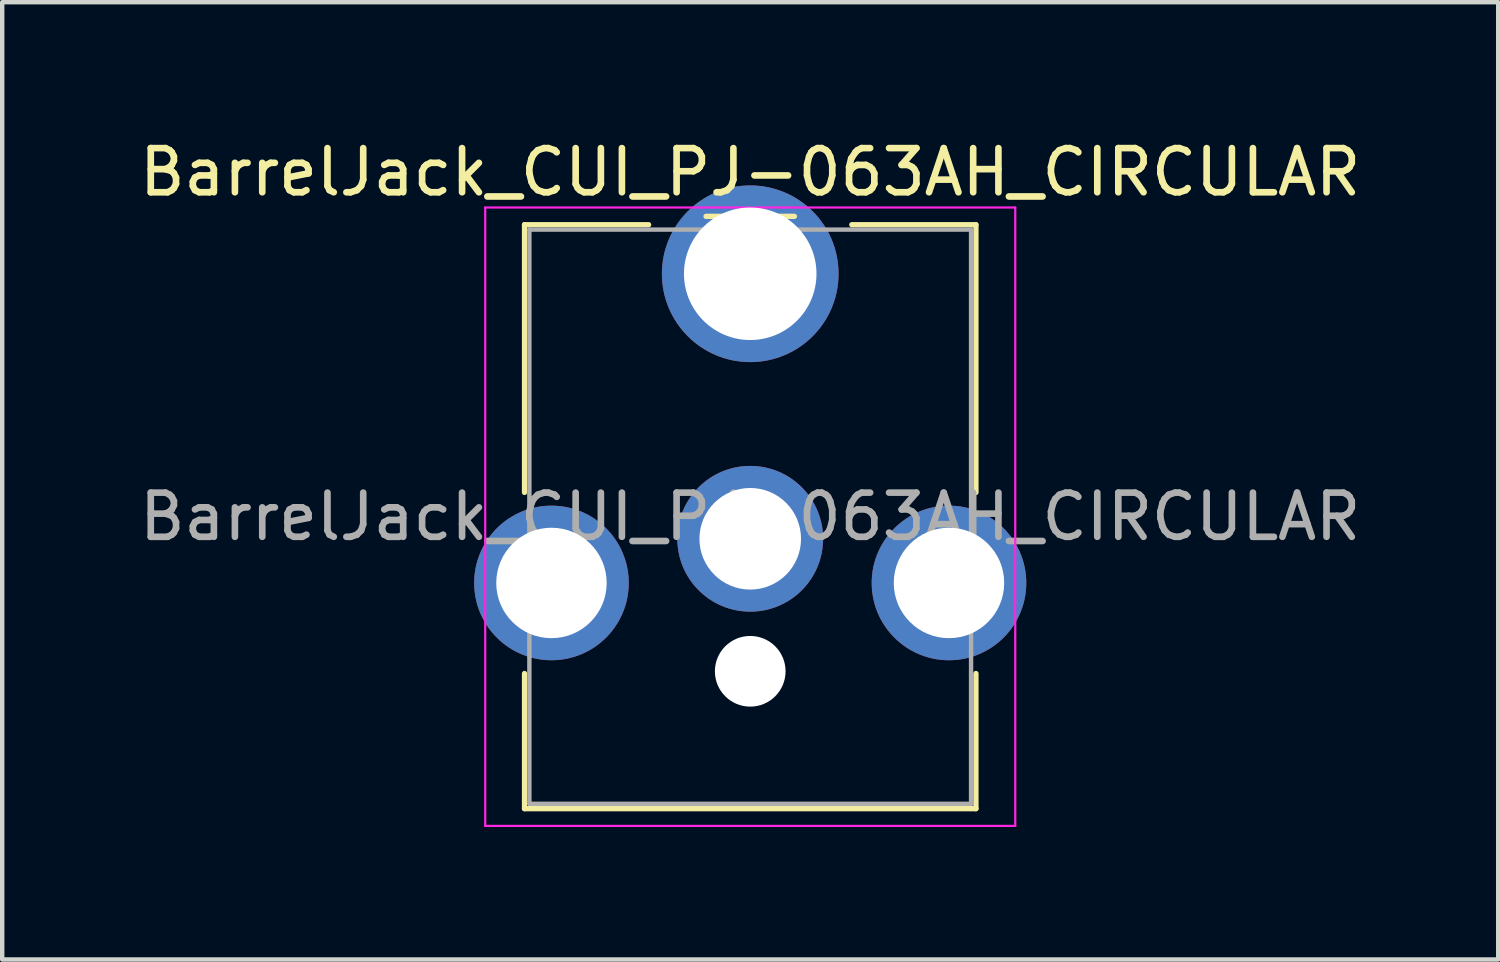
<source format=kicad_pcb>
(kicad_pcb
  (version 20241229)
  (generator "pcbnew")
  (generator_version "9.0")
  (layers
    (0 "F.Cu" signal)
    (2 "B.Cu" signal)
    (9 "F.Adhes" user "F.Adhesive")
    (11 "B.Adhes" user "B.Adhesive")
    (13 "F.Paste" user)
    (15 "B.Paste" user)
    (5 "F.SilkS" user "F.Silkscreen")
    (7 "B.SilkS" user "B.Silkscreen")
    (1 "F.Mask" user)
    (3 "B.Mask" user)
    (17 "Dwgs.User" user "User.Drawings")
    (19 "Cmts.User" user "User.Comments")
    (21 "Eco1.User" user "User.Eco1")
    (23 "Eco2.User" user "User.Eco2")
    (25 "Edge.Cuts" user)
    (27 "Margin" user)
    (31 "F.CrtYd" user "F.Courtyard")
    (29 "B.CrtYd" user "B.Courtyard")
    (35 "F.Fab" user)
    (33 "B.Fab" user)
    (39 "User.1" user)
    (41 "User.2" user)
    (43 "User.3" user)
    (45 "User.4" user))
  (footprint "BarrelJack_CUI_PJ-063AH_CIRCULAR"
    (layer "F.Cu")
    (at 13.935 3.148)
    (property "Reference" "BarrelJack_CUI_PJ-063AH_CIRCULAR" (at 0 -2.3 0) (layer "F.SilkS") (effects (font (size 1 1) (thickness 0.15))))
    (attr through_hole)
    (fp_line (start -5.11 -1.11) (end -2.3 -1.11) (stroke (width 0.12) (type solid)) (layer "F.SilkS"))
    (fp_line (start -5.11 4.95) (end -5.11 -1.11) (stroke (width 0.12) (type solid)) (layer "F.SilkS"))
    (fp_line (start -5.11 12.11) (end -5.11 9.05) (stroke (width 0.12) (type solid)) (layer "F.SilkS"))
    (fp_line (start -1 -1.3) (end 1 -1.3) (stroke (width 0.12) (type solid)) (layer "F.SilkS"))
    (fp_line (start 2.3 -1.11) (end 5.11 -1.11) (stroke (width 0.12) (type solid)) (layer "F.SilkS"))
    (fp_line (start 5.11 -1.11) (end 5.11 4.95) (stroke (width 0.12) (type solid)) (layer "F.SilkS"))
    (fp_line (start 5.11 9.05) (end 5.11 12.11) (stroke (width 0.12) (type solid)) (layer "F.SilkS"))
    (fp_line (start 5.11 12.11) (end -5.11 12.11) (stroke (width 0.12) (type solid)) (layer "F.SilkS"))
    (fp_line (start -6 -1.5) (end -6 12.5) (stroke (width 0.05) (type solid)) (layer "F.CrtYd"))
    (fp_line (start -6 12.5) (end 6 12.5) (stroke (width 0.05) (type solid)) (layer "F.CrtYd"))
    (fp_line (start 6 -1.5) (end -6 -1.5) (stroke (width 0.05) (type solid)) (layer "F.CrtYd"))
    (fp_line (start 6 12.5) (end 6 -1.5) (stroke (width 0.05) (type solid)) (layer "F.CrtYd"))
    (fp_line (start -5 -1) (end -1 -1) (stroke (width 0.1) (type solid)) (layer "F.Fab"))
    (fp_line (start -5 12) (end -5 -1) (stroke (width 0.1) (type solid)) (layer "F.Fab"))
    (fp_line (start -1 -1) (end 0 0) (stroke (width 0.1) (type solid)) (layer "F.Fab"))
    (fp_line (start 0 0) (end 1 -1) (stroke (width 0.1) (type solid)) (layer "F.Fab"))
    (fp_line (start 1 -1) (end 5 -1) (stroke (width 0.1) (type solid)) (layer "F.Fab"))
    (fp_line (start 5 -1) (end 5 12) (stroke (width 0.1) (type solid)) (layer "F.Fab"))
    (fp_line (start 5 12) (end -5 12) (stroke (width 0.1) (type solid)) (layer "F.Fab"))
    (fp_text user "${REFERENCE}" (at 0 5.5 0) (layer "F.Fab") (effects (font (size 1 1) (thickness 0.15))))
    (pad "" np_thru_hole circle (at 0 9) (size 1.6 1.6) (drill 1.6) (layers "*.Cu" "*.Mask"))
    (pad "1" thru_hole circle (at 0 0) (size 4 4) (drill 3) (layers "*.Cu" "*.Mask"))
    (pad "2" thru_hole circle (at 0 6) (size 3.3 3.3) (drill 2.3) (layers "*.Cu" "*.Mask"))
    (pad "MP" thru_hole circle (at -4.5 7) (size 3.5 3.5) (drill 2.5) (layers "*.Cu" "*.Mask"))
    (pad "MP" thru_hole circle (at 4.5 7) (size 3.5 3.5) (drill 2.5) (layers "*.Cu" "*.Mask")))
  (gr_rect
    (start -3 -3)
    (end 30.869 18.673)
    (stroke (width 0.1) (type default))
    (fill no)
    (layer "Edge.Cuts")))
</source>
